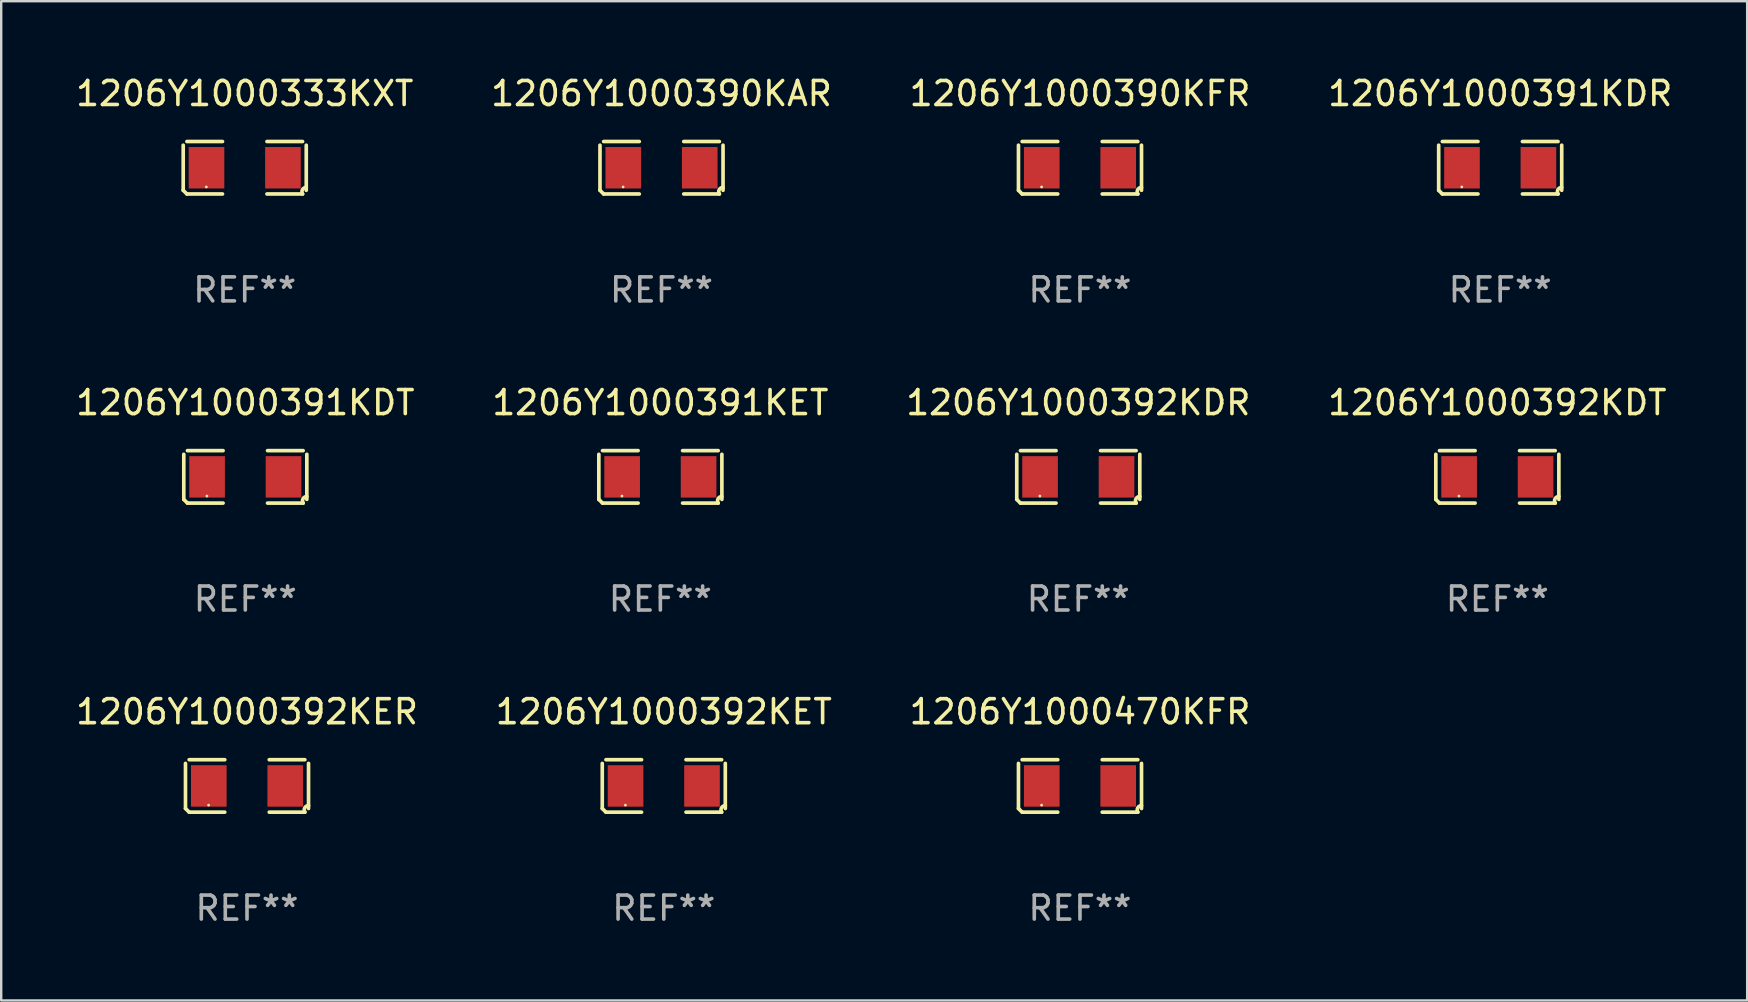
<source format=kicad_pcb>
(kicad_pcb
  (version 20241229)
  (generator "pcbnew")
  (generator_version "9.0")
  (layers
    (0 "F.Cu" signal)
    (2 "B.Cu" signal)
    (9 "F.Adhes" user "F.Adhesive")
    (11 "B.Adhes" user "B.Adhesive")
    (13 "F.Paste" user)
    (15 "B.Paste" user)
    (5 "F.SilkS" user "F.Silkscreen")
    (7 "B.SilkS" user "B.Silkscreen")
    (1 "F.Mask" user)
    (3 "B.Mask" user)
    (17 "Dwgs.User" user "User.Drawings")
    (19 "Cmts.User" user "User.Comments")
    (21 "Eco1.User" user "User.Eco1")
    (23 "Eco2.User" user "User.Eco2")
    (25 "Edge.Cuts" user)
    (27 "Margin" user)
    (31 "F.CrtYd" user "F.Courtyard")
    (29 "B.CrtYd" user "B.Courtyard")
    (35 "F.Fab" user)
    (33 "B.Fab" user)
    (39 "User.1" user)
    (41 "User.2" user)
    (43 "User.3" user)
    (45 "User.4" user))
  (footprint "1206Y1000391KDR"
    (layer "F.Cu")
    (at 59.47 3.941)
    (property "Reference" "1206Y1000391KDR" (at 0 -3.093 0) (layer "F.SilkS") (effects (font (size 1 1) (thickness 0.15))))
    (attr through_hole)
    (fp_line (start -2.564 0.94) (end -2.564 -0.94) (stroke (width 0.152) (type solid)) (layer "F.SilkS"))
    (fp_line (start -2.411 -1.093) (end -0.926 -1.093) (stroke (width 0.152) (type solid)) (layer "F.SilkS"))
    (fp_line (start -0.926 1.093) (end -2.411 1.093) (stroke (width 0.152) (type solid)) (layer "F.SilkS"))
    (fp_line (start 0.926 1.093) (end 2.411 1.093) (stroke (width 0.152) (type solid)) (layer "F.SilkS"))
    (fp_line (start 2.411 -1.093) (end 0.926 -1.093) (stroke (width 0.152) (type solid)) (layer "F.SilkS"))
    (fp_line (start 2.564 0.94) (end 2.564 -0.94) (stroke (width 0.152) (type solid)) (layer "F.SilkS"))
    (fp_arc (start -2.411201 1.092609) (mid -2.487413 1.01642) (end -2.563602 0.940208) (stroke (width 0.1524) (type solid)) (layer "F.SilkS"))
    (fp_arc (start 2.411201 1.092609) (mid 2.407159 0.911226) (end 2.563602 0.819347) (stroke (width 0.1524) (type solid)) (layer "F.SilkS"))
    (fp_circle (center -1.6 0.8) (end -1.57 0.8) (stroke (width 0.06) (type solid)) (fill no) (layer "F.SilkS"))
    (fp_text user "REF**" (at 0 5.093 0) (layer "F.Fab") (effects (font (size 1 1) (thickness 0.15))))
    (pad "1" smd rect (at -1.593 0) (size 1.485 1.728) (layers "F.Cu" "F.Mask" "F.Paste"))
    (pad "2" smd rect (at 1.593 0) (size 1.485 1.728) (layers "F.Cu" "F.Mask" "F.Paste")))
  (footprint "1206Y1000390KFR"
    (layer "F.Cu")
    (at 41.958 3.941)
    (property "Reference" "1206Y1000390KFR" (at 0 -3.093 0) (layer "F.SilkS") (effects (font (size 1 1) (thickness 0.15))))
    (attr through_hole)
    (fp_line (start -2.564 0.94) (end -2.564 -0.94) (stroke (width 0.152) (type solid)) (layer "F.SilkS"))
    (fp_line (start -2.411 -1.093) (end -0.926 -1.093) (stroke (width 0.152) (type solid)) (layer "F.SilkS"))
    (fp_line (start -0.926 1.093) (end -2.411 1.093) (stroke (width 0.152) (type solid)) (layer "F.SilkS"))
    (fp_line (start 0.926 1.093) (end 2.411 1.093) (stroke (width 0.152) (type solid)) (layer "F.SilkS"))
    (fp_line (start 2.411 -1.093) (end 0.926 -1.093) (stroke (width 0.152) (type solid)) (layer "F.SilkS"))
    (fp_line (start 2.564 0.94) (end 2.564 -0.94) (stroke (width 0.152) (type solid)) (layer "F.SilkS"))
    (fp_arc (start -2.411201 1.092609) (mid -2.487413 1.01642) (end -2.563602 0.940208) (stroke (width 0.1524) (type solid)) (layer "F.SilkS"))
    (fp_arc (start 2.411201 1.092609) (mid 2.407159 0.911226) (end 2.563602 0.819347) (stroke (width 0.1524) (type solid)) (layer "F.SilkS"))
    (fp_circle (center -1.6 0.8) (end -1.57 0.8) (stroke (width 0.06) (type solid)) (fill no) (layer "F.SilkS"))
    (fp_text user "REF**" (at 0 5.093 0) (layer "F.Fab") (effects (font (size 1 1) (thickness 0.15))))
    (pad "1" smd rect (at -1.593 0) (size 1.485 1.728) (layers "F.Cu" "F.Mask" "F.Paste"))
    (pad "2" smd rect (at 1.593 0) (size 1.485 1.728) (layers "F.Cu" "F.Mask" "F.Paste")))
  (footprint "1206Y1000392KDR"
    (layer "F.Cu")
    (at 41.887 16.823)
    (property "Reference" "1206Y1000392KDR" (at 0 -3.093 0) (layer "F.SilkS") (effects (font (size 1 1) (thickness 0.15))))
    (attr through_hole)
    (fp_line (start -2.564 0.94) (end -2.564 -0.94) (stroke (width 0.152) (type solid)) (layer "F.SilkS"))
    (fp_line (start -2.411 -1.093) (end -0.926 -1.093) (stroke (width 0.152) (type solid)) (layer "F.SilkS"))
    (fp_line (start -0.926 1.093) (end -2.411 1.093) (stroke (width 0.152) (type solid)) (layer "F.SilkS"))
    (fp_line (start 0.926 1.093) (end 2.411 1.093) (stroke (width 0.152) (type solid)) (layer "F.SilkS"))
    (fp_line (start 2.411 -1.093) (end 0.926 -1.093) (stroke (width 0.152) (type solid)) (layer "F.SilkS"))
    (fp_line (start 2.564 0.94) (end 2.564 -0.94) (stroke (width 0.152) (type solid)) (layer "F.SilkS"))
    (fp_arc (start -2.411201 1.092609) (mid -2.487413 1.01642) (end -2.563602 0.940208) (stroke (width 0.1524) (type solid)) (layer "F.SilkS"))
    (fp_arc (start 2.411201 1.092609) (mid 2.407159 0.911226) (end 2.563602 0.819347) (stroke (width 0.1524) (type solid)) (layer "F.SilkS"))
    (fp_circle (center -1.6 0.8) (end -1.57 0.8) (stroke (width 0.06) (type solid)) (fill no) (layer "F.SilkS"))
    (fp_text user "REF**" (at 0 5.093 0) (layer "F.Fab") (effects (font (size 1 1) (thickness 0.15))))
    (pad "1" smd rect (at -1.593 0) (size 1.485 1.728) (layers "F.Cu" "F.Mask" "F.Paste"))
    (pad "2" smd rect (at 1.593 0) (size 1.485 1.728) (layers "F.Cu" "F.Mask" "F.Paste")))
  (footprint "1206Y1000392KET"
    (layer "F.Cu")
    (at 24.613 29.704)
    (property "Reference" "1206Y1000392KET" (at 0 -3.093 0) (layer "F.SilkS") (effects (font (size 1 1) (thickness 0.15))))
    (attr through_hole)
    (fp_line (start -2.564 0.94) (end -2.564 -0.94) (stroke (width 0.152) (type solid)) (layer "F.SilkS"))
    (fp_line (start -2.411 -1.093) (end -0.926 -1.093) (stroke (width 0.152) (type solid)) (layer "F.SilkS"))
    (fp_line (start -0.926 1.093) (end -2.411 1.093) (stroke (width 0.152) (type solid)) (layer "F.SilkS"))
    (fp_line (start 0.926 1.093) (end 2.411 1.093) (stroke (width 0.152) (type solid)) (layer "F.SilkS"))
    (fp_line (start 2.411 -1.093) (end 0.926 -1.093) (stroke (width 0.152) (type solid)) (layer "F.SilkS"))
    (fp_line (start 2.564 0.94) (end 2.564 -0.94) (stroke (width 0.152) (type solid)) (layer "F.SilkS"))
    (fp_arc (start -2.411201 1.092609) (mid -2.487413 1.01642) (end -2.563602 0.940208) (stroke (width 0.1524) (type solid)) (layer "F.SilkS"))
    (fp_arc (start 2.411201 1.092609) (mid 2.407159 0.911226) (end 2.563602 0.819347) (stroke (width 0.1524) (type solid)) (layer "F.SilkS"))
    (fp_circle (center -1.6 0.8) (end -1.57 0.8) (stroke (width 0.06) (type solid)) (fill no) (layer "F.SilkS"))
    (fp_text user "REF**" (at 0 5.093 0) (layer "F.Fab") (effects (font (size 1 1) (thickness 0.15))))
    (pad "1" smd rect (at -1.593 0) (size 1.485 1.728) (layers "F.Cu" "F.Mask" "F.Paste"))
    (pad "2" smd rect (at 1.593 0) (size 1.485 1.728) (layers "F.Cu" "F.Mask" "F.Paste")))
  (footprint "1206Y1000470KFR"
    (layer "F.Cu")
    (at 41.958 29.704)
    (property "Reference" "1206Y1000470KFR" (at 0 -3.093 0) (layer "F.SilkS") (effects (font (size 1 1) (thickness 0.15))))
    (attr through_hole)
    (fp_line (start -2.564 0.94) (end -2.564 -0.94) (stroke (width 0.152) (type solid)) (layer "F.SilkS"))
    (fp_line (start -2.411 -1.093) (end -0.926 -1.093) (stroke (width 0.152) (type solid)) (layer "F.SilkS"))
    (fp_line (start -0.926 1.093) (end -2.411 1.093) (stroke (width 0.152) (type solid)) (layer "F.SilkS"))
    (fp_line (start 0.926 1.093) (end 2.411 1.093) (stroke (width 0.152) (type solid)) (layer "F.SilkS"))
    (fp_line (start 2.411 -1.093) (end 0.926 -1.093) (stroke (width 0.152) (type solid)) (layer "F.SilkS"))
    (fp_line (start 2.564 0.94) (end 2.564 -0.94) (stroke (width 0.152) (type solid)) (layer "F.SilkS"))
    (fp_arc (start -2.411201 1.092609) (mid -2.487413 1.01642) (end -2.563602 0.940208) (stroke (width 0.1524) (type solid)) (layer "F.SilkS"))
    (fp_arc (start 2.411201 1.092609) (mid 2.407159 0.911226) (end 2.563602 0.819347) (stroke (width 0.1524) (type solid)) (layer "F.SilkS"))
    (fp_circle (center -1.6 0.8) (end -1.57 0.8) (stroke (width 0.06) (type solid)) (fill no) (layer "F.SilkS"))
    (fp_text user "REF**" (at 0 5.093 0) (layer "F.Fab") (effects (font (size 1 1) (thickness 0.15))))
    (pad "1" smd rect (at -1.593 0) (size 1.485 1.728) (layers "F.Cu" "F.Mask" "F.Paste"))
    (pad "2" smd rect (at 1.593 0) (size 1.485 1.728) (layers "F.Cu" "F.Mask" "F.Paste")))
  (footprint "1206Y1000391KET"
    (layer "F.Cu")
    (at 24.47 16.823)
    (property "Reference" "1206Y1000391KET" (at 0 -3.093 0) (layer "F.SilkS") (effects (font (size 1 1) (thickness 0.15))))
    (attr through_hole)
    (fp_line (start -2.564 0.94) (end -2.564 -0.94) (stroke (width 0.152) (type solid)) (layer "F.SilkS"))
    (fp_line (start -2.411 -1.093) (end -0.926 -1.093) (stroke (width 0.152) (type solid)) (layer "F.SilkS"))
    (fp_line (start -0.926 1.093) (end -2.411 1.093) (stroke (width 0.152) (type solid)) (layer "F.SilkS"))
    (fp_line (start 0.926 1.093) (end 2.411 1.093) (stroke (width 0.152) (type solid)) (layer "F.SilkS"))
    (fp_line (start 2.411 -1.093) (end 0.926 -1.093) (stroke (width 0.152) (type solid)) (layer "F.SilkS"))
    (fp_line (start 2.564 0.94) (end 2.564 -0.94) (stroke (width 0.152) (type solid)) (layer "F.SilkS"))
    (fp_arc (start -2.411201 1.092609) (mid -2.487413 1.01642) (end -2.563602 0.940208) (stroke (width 0.1524) (type solid)) (layer "F.SilkS"))
    (fp_arc (start 2.411201 1.092609) (mid 2.407159 0.911226) (end 2.563602 0.819347) (stroke (width 0.1524) (type solid)) (layer "F.SilkS"))
    (fp_circle (center -1.6 0.8) (end -1.57 0.8) (stroke (width 0.06) (type solid)) (fill no) (layer "F.SilkS"))
    (fp_text user "REF**" (at 0 5.093 0) (layer "F.Fab") (effects (font (size 1 1) (thickness 0.15))))
    (pad "1" smd rect (at -1.593 0) (size 1.485 1.728) (layers "F.Cu" "F.Mask" "F.Paste"))
    (pad "2" smd rect (at 1.593 0) (size 1.485 1.728) (layers "F.Cu" "F.Mask" "F.Paste")))
  (footprint "1206Y1000392KER"
    (layer "F.Cu")
    (at 7.244 29.704)
    (property "Reference" "1206Y1000392KER" (at 0 -3.093 0) (layer "F.SilkS") (effects (font (size 1 1) (thickness 0.15))))
    (attr through_hole)
    (fp_line (start -2.564 0.94) (end -2.564 -0.94) (stroke (width 0.152) (type solid)) (layer "F.SilkS"))
    (fp_line (start -2.411 -1.093) (end -0.926 -1.093) (stroke (width 0.152) (type solid)) (layer "F.SilkS"))
    (fp_line (start -0.926 1.093) (end -2.411 1.093) (stroke (width 0.152) (type solid)) (layer "F.SilkS"))
    (fp_line (start 0.926 1.093) (end 2.411 1.093) (stroke (width 0.152) (type solid)) (layer "F.SilkS"))
    (fp_line (start 2.411 -1.093) (end 0.926 -1.093) (stroke (width 0.152) (type solid)) (layer "F.SilkS"))
    (fp_line (start 2.564 0.94) (end 2.564 -0.94) (stroke (width 0.152) (type solid)) (layer "F.SilkS"))
    (fp_arc (start -2.411201 1.092609) (mid -2.487413 1.01642) (end -2.563602 0.940208) (stroke (width 0.1524) (type solid)) (layer "F.SilkS"))
    (fp_arc (start 2.411201 1.092609) (mid 2.407159 0.911226) (end 2.563602 0.819347) (stroke (width 0.1524) (type solid)) (layer "F.SilkS"))
    (fp_circle (center -1.6 0.8) (end -1.57 0.8) (stroke (width 0.06) (type solid)) (fill no) (layer "F.SilkS"))
    (fp_text user "REF**" (at 0 5.093 0) (layer "F.Fab") (effects (font (size 1 1) (thickness 0.15))))
    (pad "1" smd rect (at -1.593 0) (size 1.485 1.728) (layers "F.Cu" "F.Mask" "F.Paste"))
    (pad "2" smd rect (at 1.593 0) (size 1.485 1.728) (layers "F.Cu" "F.Mask" "F.Paste")))
  (footprint "1206Y1000391KDT"
    (layer "F.Cu")
    (at 7.173 16.823)
    (property "Reference" "1206Y1000391KDT" (at 0 -3.093 0) (layer "F.SilkS") (effects (font (size 1 1) (thickness 0.15))))
    (attr through_hole)
    (fp_line (start -2.564 0.94) (end -2.564 -0.94) (stroke (width 0.152) (type solid)) (layer "F.SilkS"))
    (fp_line (start -2.411 -1.093) (end -0.926 -1.093) (stroke (width 0.152) (type solid)) (layer "F.SilkS"))
    (fp_line (start -0.926 1.093) (end -2.411 1.093) (stroke (width 0.152) (type solid)) (layer "F.SilkS"))
    (fp_line (start 0.926 1.093) (end 2.411 1.093) (stroke (width 0.152) (type solid)) (layer "F.SilkS"))
    (fp_line (start 2.411 -1.093) (end 0.926 -1.093) (stroke (width 0.152) (type solid)) (layer "F.SilkS"))
    (fp_line (start 2.564 0.94) (end 2.564 -0.94) (stroke (width 0.152) (type solid)) (layer "F.SilkS"))
    (fp_arc (start -2.411201 1.092609) (mid -2.487413 1.01642) (end -2.563602 0.940208) (stroke (width 0.1524) (type solid)) (layer "F.SilkS"))
    (fp_arc (start 2.411201 1.092609) (mid 2.407159 0.911226) (end 2.563602 0.819347) (stroke (width 0.1524) (type solid)) (layer "F.SilkS"))
    (fp_circle (center -1.6 0.8) (end -1.57 0.8) (stroke (width 0.06) (type solid)) (fill no) (layer "F.SilkS"))
    (fp_text user "REF**" (at 0 5.093 0) (layer "F.Fab") (effects (font (size 1 1) (thickness 0.15))))
    (pad "1" smd rect (at -1.593 0) (size 1.485 1.728) (layers "F.Cu" "F.Mask" "F.Paste"))
    (pad "2" smd rect (at 1.593 0) (size 1.485 1.728) (layers "F.Cu" "F.Mask" "F.Paste")))
  (footprint "1206Y1000392KDT"
    (layer "F.Cu")
    (at 59.351 16.823)
    (property "Reference" "1206Y1000392KDT" (at 0 -3.093 0) (layer "F.SilkS") (effects (font (size 1 1) (thickness 0.15))))
    (attr through_hole)
    (fp_line (start -2.564 0.94) (end -2.564 -0.94) (stroke (width 0.152) (type solid)) (layer "F.SilkS"))
    (fp_line (start -2.411 -1.093) (end -0.926 -1.093) (stroke (width 0.152) (type solid)) (layer "F.SilkS"))
    (fp_line (start -0.926 1.093) (end -2.411 1.093) (stroke (width 0.152) (type solid)) (layer "F.SilkS"))
    (fp_line (start 0.926 1.093) (end 2.411 1.093) (stroke (width 0.152) (type solid)) (layer "F.SilkS"))
    (fp_line (start 2.411 -1.093) (end 0.926 -1.093) (stroke (width 0.152) (type solid)) (layer "F.SilkS"))
    (fp_line (start 2.564 0.94) (end 2.564 -0.94) (stroke (width 0.152) (type solid)) (layer "F.SilkS"))
    (fp_arc (start -2.411201 1.092609) (mid -2.487413 1.01642) (end -2.563602 0.940208) (stroke (width 0.1524) (type solid)) (layer "F.SilkS"))
    (fp_arc (start 2.411201 1.092609) (mid 2.407159 0.911226) (end 2.563602 0.819347) (stroke (width 0.1524) (type solid)) (layer "F.SilkS"))
    (fp_circle (center -1.6 0.8) (end -1.57 0.8) (stroke (width 0.06) (type solid)) (fill no) (layer "F.SilkS"))
    (fp_text user "REF**" (at 0 5.093 0) (layer "F.Fab") (effects (font (size 1 1) (thickness 0.15))))
    (pad "1" smd rect (at -1.593 0) (size 1.485 1.728) (layers "F.Cu" "F.Mask" "F.Paste"))
    (pad "2" smd rect (at 1.593 0) (size 1.485 1.728) (layers "F.Cu" "F.Mask" "F.Paste")))
  (footprint "1206Y1000390KAR"
    (layer "F.Cu")
    (at 24.518 3.941)
    (property "Reference" "1206Y1000390KAR" (at 0 -3.093 0) (layer "F.SilkS") (effects (font (size 1 1) (thickness 0.15))))
    (attr through_hole)
    (fp_line (start -2.564 0.94) (end -2.564 -0.94) (stroke (width 0.152) (type solid)) (layer "F.SilkS"))
    (fp_line (start -2.411 -1.093) (end -0.926 -1.093) (stroke (width 0.152) (type solid)) (layer "F.SilkS"))
    (fp_line (start -0.926 1.093) (end -2.411 1.093) (stroke (width 0.152) (type solid)) (layer "F.SilkS"))
    (fp_line (start 0.926 1.093) (end 2.411 1.093) (stroke (width 0.152) (type solid)) (layer "F.SilkS"))
    (fp_line (start 2.411 -1.093) (end 0.926 -1.093) (stroke (width 0.152) (type solid)) (layer "F.SilkS"))
    (fp_line (start 2.564 0.94) (end 2.564 -0.94) (stroke (width 0.152) (type solid)) (layer "F.SilkS"))
    (fp_arc (start -2.411201 1.092609) (mid -2.487413 1.01642) (end -2.563602 0.940208) (stroke (width 0.1524) (type solid)) (layer "F.SilkS"))
    (fp_arc (start 2.411201 1.092609) (mid 2.407159 0.911226) (end 2.563602 0.819347) (stroke (width 0.1524) (type solid)) (layer "F.SilkS"))
    (fp_circle (center -1.6 0.8) (end -1.57 0.8) (stroke (width 0.06) (type solid)) (fill no) (layer "F.SilkS"))
    (fp_text user "REF**" (at 0 5.093 0) (layer "F.Fab") (effects (font (size 1 1) (thickness 0.15))))
    (pad "1" smd rect (at -1.593 0) (size 1.485 1.728) (layers "F.Cu" "F.Mask" "F.Paste"))
    (pad "2" smd rect (at 1.593 0) (size 1.485 1.728) (layers "F.Cu" "F.Mask" "F.Paste")))
  (footprint "1206Y1000333KXT"
    (layer "F.Cu")
    (at 7.149 3.941)
    (property "Reference" "1206Y1000333KXT" (at 0 -3.093 0) (layer "F.SilkS") (effects (font (size 1 1) (thickness 0.15))))
    (attr through_hole)
    (fp_line (start -2.564 0.94) (end -2.564 -0.94) (stroke (width 0.152) (type solid)) (layer "F.SilkS"))
    (fp_line (start -2.411 -1.093) (end -0.926 -1.093) (stroke (width 0.152) (type solid)) (layer "F.SilkS"))
    (fp_line (start -0.926 1.093) (end -2.411 1.093) (stroke (width 0.152) (type solid)) (layer "F.SilkS"))
    (fp_line (start 0.926 1.093) (end 2.411 1.093) (stroke (width 0.152) (type solid)) (layer "F.SilkS"))
    (fp_line (start 2.411 -1.093) (end 0.926 -1.093) (stroke (width 0.152) (type solid)) (layer "F.SilkS"))
    (fp_line (start 2.564 0.94) (end 2.564 -0.94) (stroke (width 0.152) (type solid)) (layer "F.SilkS"))
    (fp_arc (start -2.411201 1.092609) (mid -2.487413 1.01642) (end -2.563602 0.940208) (stroke (width 0.1524) (type solid)) (layer "F.SilkS"))
    (fp_arc (start 2.411201 1.092609) (mid 2.407159 0.911226) (end 2.563602 0.819347) (stroke (width 0.1524) (type solid)) (layer "F.SilkS"))
    (fp_circle (center -1.6 0.8) (end -1.57 0.8) (stroke (width 0.06) (type solid)) (fill no) (layer "F.SilkS"))
    (fp_text user "REF**" (at 0 5.093 0) (layer "F.Fab") (effects (font (size 1 1) (thickness 0.15))))
    (pad "1" smd rect (at -1.593 0) (size 1.485 1.728) (layers "F.Cu" "F.Mask" "F.Paste"))
    (pad "2" smd rect (at 1.593 0) (size 1.485 1.728) (layers "F.Cu" "F.Mask" "F.Paste")))
  (gr_rect
    (start -3 -3)
    (end 69.762 38.645)
    (stroke (width 0.1) (type default))
    (fill no)
    (layer "Edge.Cuts")))
</source>
